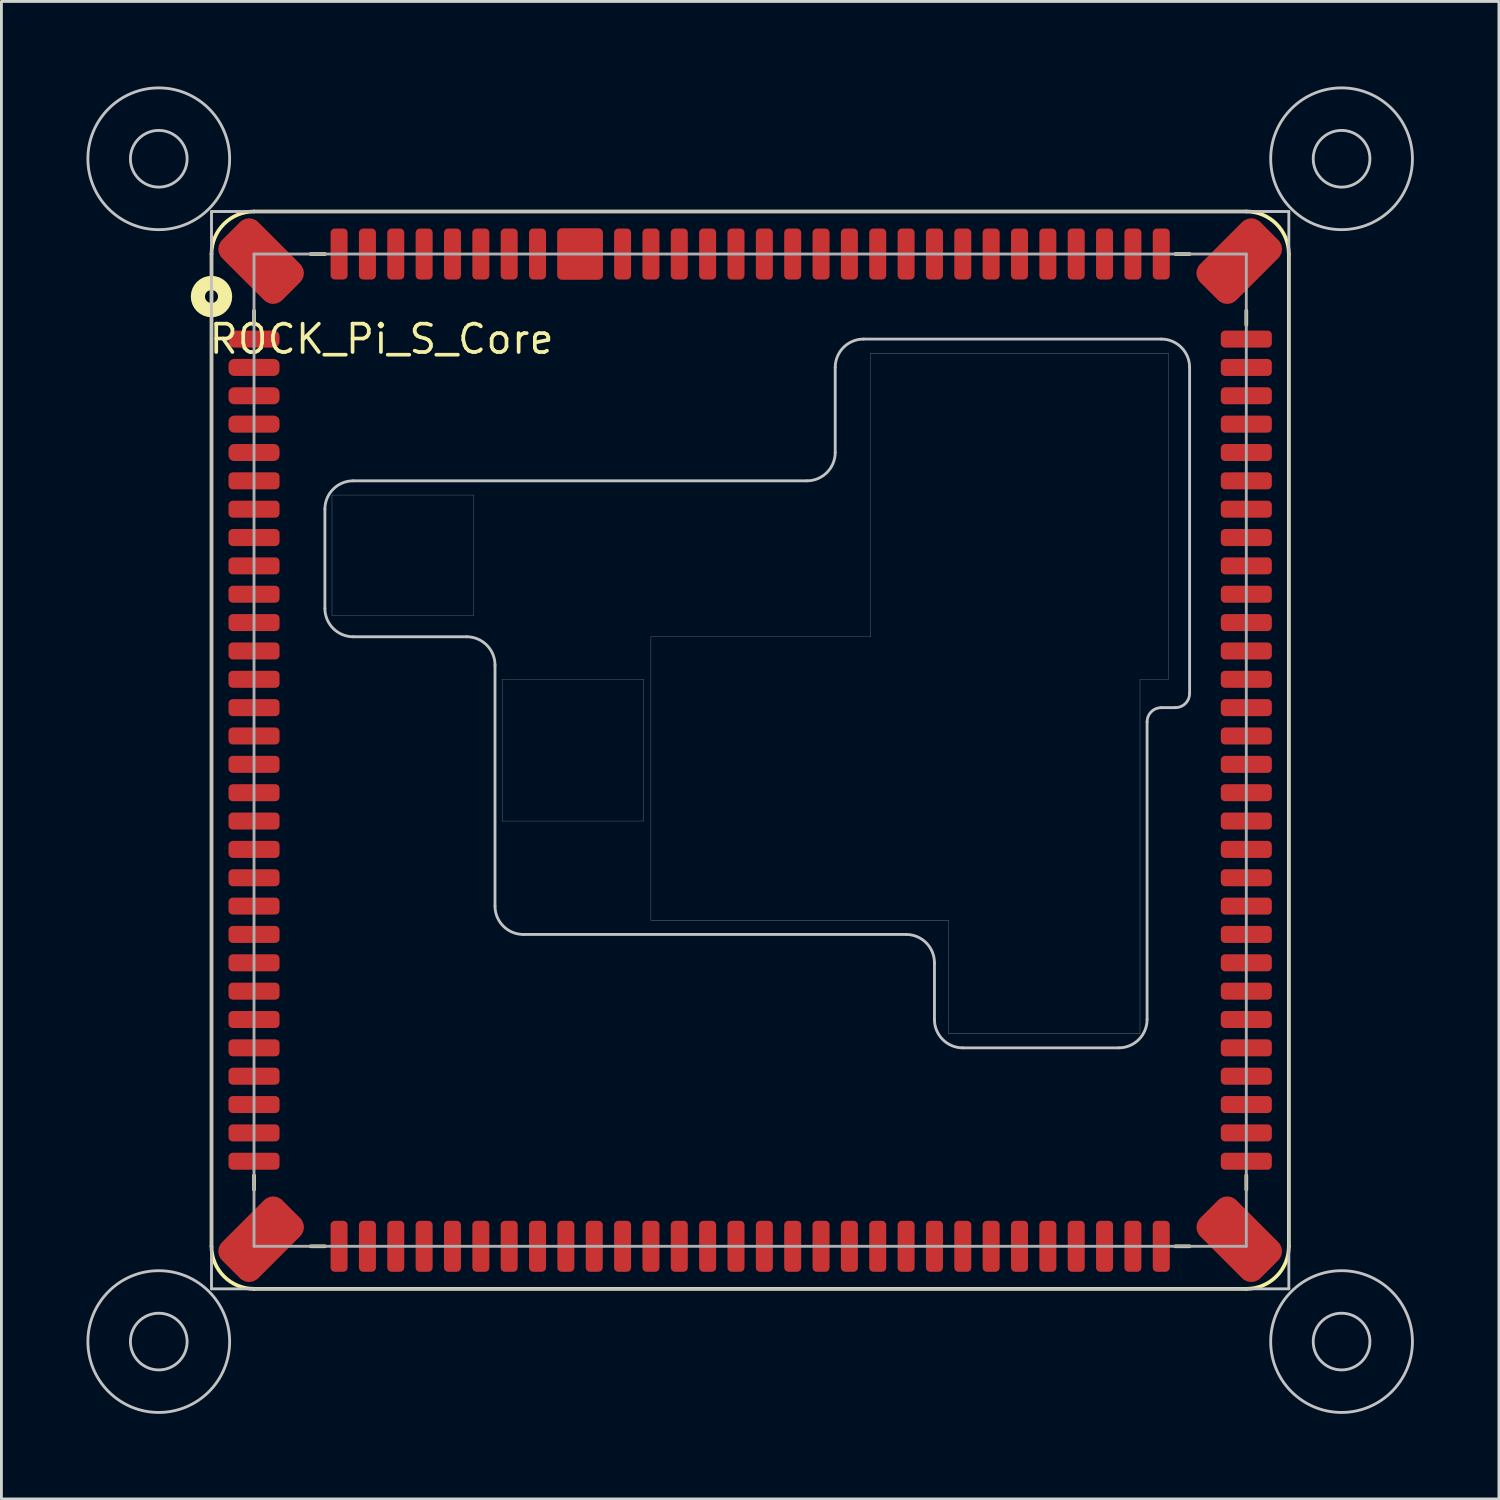
<source format=kicad_pcb>
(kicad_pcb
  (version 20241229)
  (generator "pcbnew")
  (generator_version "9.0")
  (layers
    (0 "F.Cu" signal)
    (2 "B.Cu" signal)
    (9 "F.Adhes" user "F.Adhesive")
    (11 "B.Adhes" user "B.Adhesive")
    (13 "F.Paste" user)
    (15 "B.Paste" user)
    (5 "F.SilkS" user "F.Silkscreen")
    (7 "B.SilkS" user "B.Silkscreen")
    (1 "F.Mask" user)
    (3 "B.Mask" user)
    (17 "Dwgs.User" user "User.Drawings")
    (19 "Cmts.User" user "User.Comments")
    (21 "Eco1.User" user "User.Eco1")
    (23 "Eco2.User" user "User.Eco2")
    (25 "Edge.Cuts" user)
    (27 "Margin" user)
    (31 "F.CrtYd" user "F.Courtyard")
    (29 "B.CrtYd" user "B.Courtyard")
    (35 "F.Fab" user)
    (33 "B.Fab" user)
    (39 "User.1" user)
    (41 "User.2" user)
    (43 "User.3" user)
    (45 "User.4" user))
  (footprint "ROCK_Pi_S_Core"
    (layer "F.Cu")
    (at 23.41 23.41)
    (property "Reference" "ROCK_Pi_S_Core" (at -13 -14.5 0) (layer "F.SilkS") (effects (font (size 1 1) (thickness 0.13))))
    (attr smd)
    (fp_line (start -19 -17.5) (end -19 17.5) (stroke (width 0.13) (type solid)) (layer "F.SilkS"))
    (fp_line (start -17.5 -15.5) (end -17.5 -15) (stroke (width 0.13) (type solid)) (layer "F.SilkS"))
    (fp_line (start -17.5 15) (end -17.5 15.5) (stroke (width 0.13) (type solid)) (layer "F.SilkS"))
    (fp_line (start -17.5 19) (end 17.5 19) (stroke (width 0.13) (type solid)) (layer "F.SilkS"))
    (fp_line (start -15.5 17.5) (end -15 17.5) (stroke (width 0.13) (type solid)) (layer "F.SilkS"))
    (fp_line (start -15 -17.5) (end -15.5 -17.5) (stroke (width 0.13) (type solid)) (layer "F.SilkS"))
    (fp_line (start 15.5 -17.5) (end 15 -17.5) (stroke (width 0.13) (type solid)) (layer "F.SilkS"))
    (fp_line (start 15.5 17.5) (end 15 17.5) (stroke (width 0.13) (type solid)) (layer "F.SilkS"))
    (fp_line (start 17.5 -19) (end -17.5 -19) (stroke (width 0.13) (type solid)) (layer "F.SilkS"))
    (fp_line (start 17.5 -15) (end 17.5 -15.5) (stroke (width 0.13) (type solid)) (layer "F.SilkS"))
    (fp_line (start 17.5 15) (end 17.5 15.5) (stroke (width 0.13) (type solid)) (layer "F.SilkS"))
    (fp_line (start 19 -17.5) (end 19 17.5) (stroke (width 0.13) (type solid)) (layer "F.SilkS"))
    (fp_arc (start -19 -17.5) (mid -18.56066 -18.56066) (end -17.5 -19) (stroke (width 0.13) (type solid)) (layer "F.SilkS"))
    (fp_arc (start -17.5 19) (mid -18.56066 18.56066) (end -19 17.5) (stroke (width 0.13) (type solid)) (layer "F.SilkS"))
    (fp_arc (start 17.5 -19) (mid 18.56066 -18.56066) (end 19 -17.5) (stroke (width 0.13) (type solid)) (layer "F.SilkS"))
    (fp_arc (start 19 17.5) (mid 18.56066 18.56066) (end 17.5 19) (stroke (width 0.13) (type solid)) (layer "F.SilkS"))
    (fp_circle (center -19 -16) (end -18.77 -16) (stroke (width 0.5) (type solid)) (fill no) (layer "F.SilkS"))
    (fp_line (start -19 -19) (end 19 -19) (stroke (width 0.1) (type solid)) (layer "Dwgs.User"))
    (fp_line (start -19 19) (end -19 -19) (stroke (width 0.1) (type solid)) (layer "Dwgs.User"))
    (fp_line (start -15 -5) (end -15 -8.5) (stroke (width 0.1) (type solid)) (layer "Dwgs.User"))
    (fp_line (start -14.75 -9) (end -14.75 -4.75) (stroke (width 0.008) (type solid)) (layer "Dwgs.User"))
    (fp_line (start -10 -4) (end -14 -4) (stroke (width 0.1) (type solid)) (layer "Dwgs.User"))
    (fp_line (start -9.75 -9) (end -9.75 -4.75) (stroke (width 0.008) (type solid)) (layer "Dwgs.User"))
    (fp_line (start -9.75 -8.999) (end -14.75 -8.999) (stroke (width 0.008) (type solid)) (layer "Dwgs.User"))
    (fp_line (start -9.75 -4.75) (end -14.75 -4.75) (stroke (width 0.008) (type solid)) (layer "Dwgs.User"))
    (fp_line (start -9 -3) (end -9 5.5) (stroke (width 0.1) (type solid)) (layer "Dwgs.User"))
    (fp_line (start -8.75 -2.5) (end -8.75 2.5) (stroke (width 0.008) (type solid)) (layer "Dwgs.User"))
    (fp_line (start -3.75 -2.5) (end -8.75 -2.5) (stroke (width 0.008) (type solid)) (layer "Dwgs.User"))
    (fp_line (start -3.75 -2.5) (end -3.75 2.5) (stroke (width 0.008) (type solid)) (layer "Dwgs.User"))
    (fp_line (start -3.75 2.5) (end -8.75 2.5) (stroke (width 0.008) (type solid)) (layer "Dwgs.User"))
    (fp_line (start -3.5 -4) (end -3.5 6) (stroke (width 0.008) (type solid)) (layer "Dwgs.User"))
    (fp_line (start 2 -9.5) (end -14 -9.5) (stroke (width 0.1) (type solid)) (layer "Dwgs.User"))
    (fp_line (start 3 -10.5) (end 3 -13.5) (stroke (width 0.1) (type solid)) (layer "Dwgs.User"))
    (fp_line (start 4 -14.5) (end 14.5 -14.5) (stroke (width 0.1) (type solid)) (layer "Dwgs.User"))
    (fp_line (start 4.25 -14) (end 4.25 -4) (stroke (width 0.008) (type solid)) (layer "Dwgs.User"))
    (fp_line (start 4.25 -4) (end -3.5 -4) (stroke (width 0.008) (type solid)) (layer "Dwgs.User"))
    (fp_line (start 5.5 6.5) (end -8 6.5) (stroke (width 0.1) (type solid)) (layer "Dwgs.User"))
    (fp_line (start 6.5 7.5) (end 6.5 9.5) (stroke (width 0.1) (type solid)) (layer "Dwgs.User"))
    (fp_line (start 7 6) (end -3.5 6) (stroke (width 0.008) (type solid)) (layer "Dwgs.User"))
    (fp_line (start 7 6) (end 7 10) (stroke (width 0.008) (type solid)) (layer "Dwgs.User"))
    (fp_line (start 7.5 10.5) (end 13 10.5) (stroke (width 0.1) (type solid)) (layer "Dwgs.User"))
    (fp_line (start 13.75 -2.5) (end 13.75 10) (stroke (width 0.008) (type solid)) (layer "Dwgs.User"))
    (fp_line (start 13.75 10) (end 6.995 10) (stroke (width 0.008) (type solid)) (layer "Dwgs.User"))
    (fp_line (start 14 -1) (end 14 9.5) (stroke (width 0.1) (type solid)) (layer "Dwgs.User"))
    (fp_line (start 14.75 -14) (end 4.25 -14) (stroke (width 0.008) (type solid)) (layer "Dwgs.User"))
    (fp_line (start 14.75 -14) (end 14.75 -2.5) (stroke (width 0.008) (type solid)) (layer "Dwgs.User"))
    (fp_line (start 14.75 -2.5) (end 13.75 -2.5) (stroke (width 0.008) (type solid)) (layer "Dwgs.User"))
    (fp_line (start 15 -1.5) (end 14.5 -1.5) (stroke (width 0.1) (type solid)) (layer "Dwgs.User"))
    (fp_line (start 15.5 -13.5) (end 15.5 -2) (stroke (width 0.1) (type solid)) (layer "Dwgs.User"))
    (fp_line (start 19 -19) (end 19 19) (stroke (width 0.1) (type solid)) (layer "Dwgs.User"))
    (fp_line (start 19 19) (end -19 19) (stroke (width 0.1) (type solid)) (layer "Dwgs.User"))
    (fp_arc (start -15 -8.5) (mid -14.707107 -9.207107) (end -14 -9.5) (stroke (width 0.1) (type solid)) (layer "Dwgs.User"))
    (fp_arc (start -14 -4) (mid -14.707107 -4.292893) (end -15 -5) (stroke (width 0.1) (type solid)) (layer "Dwgs.User"))
    (fp_arc (start -10 -4) (mid -9.292893 -3.707107) (end -9 -3) (stroke (width 0.1) (type solid)) (layer "Dwgs.User"))
    (fp_arc (start -8 6.5) (mid -8.707107 6.207107) (end -9 5.5) (stroke (width 0.1) (type solid)) (layer "Dwgs.User"))
    (fp_arc (start 3 -13.5) (mid 3.292893 -14.207107) (end 4 -14.5) (stroke (width 0.1) (type solid)) (layer "Dwgs.User"))
    (fp_arc (start 3 -10.5) (mid 2.707107 -9.792893) (end 2 -9.5) (stroke (width 0.1) (type solid)) (layer "Dwgs.User"))
    (fp_arc (start 5.5 6.5) (mid 6.207107 6.792893) (end 6.5 7.5) (stroke (width 0.1) (type solid)) (layer "Dwgs.User"))
    (fp_arc (start 7.5 10.5) (mid 6.792893 10.207107) (end 6.5 9.5) (stroke (width 0.1) (type solid)) (layer "Dwgs.User"))
    (fp_arc (start 14 -1) (mid 14.146447 -1.353553) (end 14.5 -1.5) (stroke (width 0.1) (type solid)) (layer "Dwgs.User"))
    (fp_arc (start 14 9.5) (mid 13.707107 10.207107) (end 13 10.5) (stroke (width 0.1) (type solid)) (layer "Dwgs.User"))
    (fp_arc (start 14.5 -14.5) (mid 15.207107 -14.207107) (end 15.5 -13.5) (stroke (width 0.1) (type solid)) (layer "Dwgs.User"))
    (fp_arc (start 15.5 -2) (mid 15.353553 -1.646447) (end 15 -1.5) (stroke (width 0.1) (type solid)) (layer "Dwgs.User"))
    (fp_circle (center -20.86 -20.86) (end -19.86 -20.86) (stroke (width 0.1) (type solid)) (fill no) (layer "Dwgs.User"))
    (fp_circle (center -20.86 -20.86) (end -18.36 -20.86) (stroke (width 0.1) (type solid)) (fill no) (layer "Dwgs.User"))
    (fp_circle (center -20.86 20.86) (end -19.86 20.86) (stroke (width 0.1) (type solid)) (fill no) (layer "Dwgs.User"))
    (fp_circle (center -20.86 20.86) (end -18.36 20.86) (stroke (width 0.1) (type solid)) (fill no) (layer "Dwgs.User"))
    (fp_circle (center 20.86 -20.86) (end 21.86 -20.86) (stroke (width 0.1) (type solid)) (fill no) (layer "Dwgs.User"))
    (fp_circle (center 20.86 -20.86) (end 23.36 -20.86) (stroke (width 0.1) (type solid)) (fill no) (layer "Dwgs.User"))
    (fp_circle (center 20.86 20.86) (end 21.86 20.86) (stroke (width 0.1) (type solid)) (fill no) (layer "Dwgs.User"))
    (fp_circle (center 20.86 20.86) (end 23.36 20.86) (stroke (width 0.1) (type solid)) (fill no) (layer "Dwgs.User"))
    (fp_line (start -19 -19) (end -19 19) (stroke (width 0.05) (type solid)) (layer "F.CrtYd"))
    (fp_line (start -19 19) (end 19 19) (stroke (width 0.05) (type solid)) (layer "F.CrtYd"))
    (fp_line (start 19 -19) (end -19 -19) (stroke (width 0.05) (type solid)) (layer "F.CrtYd"))
    (fp_line (start 19 19) (end 19 -19) (stroke (width 0.05) (type solid)) (layer "F.CrtYd"))
    (fp_line (start -17.5 -17.5) (end 17.5 -17.5) (stroke (width 0.1) (type solid)) (layer "F.Fab"))
    (fp_line (start -17.5 17.5) (end -17.5 -17.5) (stroke (width 0.1) (type solid)) (layer "F.Fab"))
    (fp_line (start 17.5 -17.5) (end 17.5 17.5) (stroke (width 0.1) (type solid)) (layer "F.Fab"))
    (fp_line (start 17.5 17.5) (end -17.5 17.5) (stroke (width 0.1) (type solid)) (layer "F.Fab"))
    (pad "1" smd roundrect (at -17.5 -14.5) (size 1.8 0.6) (layers "F.Cu" "F.Mask" "F.Paste") (roundrect_rratio 0.333))
    (pad "2" smd roundrect (at -17.5 -13.5) (size 1.8 0.6) (layers "F.Cu" "F.Mask" "F.Paste") (roundrect_rratio 0.333))
    (pad "3" smd roundrect (at -17.5 -12.5) (size 1.8 0.6) (layers "F.Cu" "F.Mask" "F.Paste") (roundrect_rratio 0.333))
    (pad "4" smd roundrect (at -17.5 -11.5) (size 1.8 0.6) (layers "F.Cu" "F.Mask" "F.Paste") (roundrect_rratio 0.333))
    (pad "5" smd roundrect (at -17.5 -10.5) (size 1.8 0.6) (layers "F.Cu" "F.Mask" "F.Paste") (roundrect_rratio 0.333))
    (pad "6" smd roundrect (at -17.5 -9.5) (size 1.8 0.6) (layers "F.Cu" "F.Mask" "F.Paste") (roundrect_rratio 0.25))
    (pad "7" smd roundrect (at -17.5 -8.5) (size 1.8 0.6) (layers "F.Cu" "F.Mask" "F.Paste") (roundrect_rratio 0.25))
    (pad "8" smd roundrect (at -17.5 -7.5) (size 1.8 0.6) (layers "F.Cu" "F.Mask" "F.Paste") (roundrect_rratio 0.25))
    (pad "9" smd roundrect (at -17.5 -6.5) (size 1.8 0.6) (layers "F.Cu" "F.Mask" "F.Paste") (roundrect_rratio 0.25))
    (pad "10" smd roundrect (at -17.5 -5.5) (size 1.8 0.6) (layers "F.Cu" "F.Mask" "F.Paste") (roundrect_rratio 0.25))
    (pad "11" smd roundrect (at -17.5 -4.5) (size 1.8 0.6) (layers "F.Cu" "F.Mask" "F.Paste") (roundrect_rratio 0.25))
    (pad "12" smd roundrect (at -17.5 -3.5) (size 1.8 0.6) (layers "F.Cu" "F.Mask" "F.Paste") (roundrect_rratio 0.25))
    (pad "13" smd roundrect (at -17.5 -2.5) (size 1.8 0.6) (layers "F.Cu" "F.Mask" "F.Paste") (roundrect_rratio 0.25))
    (pad "14" smd roundrect (at -17.5 -1.5) (size 1.8 0.6) (layers "F.Cu" "F.Mask" "F.Paste") (roundrect_rratio 0.25))
    (pad "15" smd roundrect (at -17.5 -0.5) (size 1.8 0.6) (layers "F.Cu" "F.Mask" "F.Paste") (roundrect_rratio 0.25))
    (pad "16" smd roundrect (at -17.5 0.5) (size 1.8 0.6) (layers "F.Cu" "F.Mask" "F.Paste") (roundrect_rratio 0.25))
    (pad "17" smd roundrect (at -17.5 1.5) (size 1.8 0.6) (layers "F.Cu" "F.Mask" "F.Paste") (roundrect_rratio 0.25))
    (pad "18" smd roundrect (at -17.5 2.5) (size 1.8 0.6) (layers "F.Cu" "F.Mask" "F.Paste") (roundrect_rratio 0.25))
    (pad "19" smd roundrect (at -17.5 3.5) (size 1.8 0.6) (layers "F.Cu" "F.Mask" "F.Paste") (roundrect_rratio 0.25))
    (pad "20" smd roundrect (at -17.5 4.5) (size 1.8 0.6) (layers "F.Cu" "F.Mask" "F.Paste") (roundrect_rratio 0.25))
    (pad "21" smd roundrect (at -17.5 5.5) (size 1.8 0.6) (layers "F.Cu" "F.Mask" "F.Paste") (roundrect_rratio 0.25))
    (pad "22" smd roundrect (at -17.5 6.5) (size 1.8 0.6) (layers "F.Cu" "F.Mask" "F.Paste") (roundrect_rratio 0.25))
    (pad "23" smd roundrect (at -17.5 7.5) (size 1.8 0.6) (layers "F.Cu" "F.Mask" "F.Paste") (roundrect_rratio 0.25))
    (pad "24" smd roundrect (at -17.5 8.5) (size 1.8 0.6) (layers "F.Cu" "F.Mask" "F.Paste") (roundrect_rratio 0.25))
    (pad "25" smd roundrect (at -17.5 9.5) (size 1.8 0.6) (layers "F.Cu" "F.Mask" "F.Paste") (roundrect_rratio 0.25))
    (pad "26" smd roundrect (at -17.5 10.5) (size 1.8 0.6) (layers "F.Cu" "F.Mask" "F.Paste") (roundrect_rratio 0.25))
    (pad "27" smd roundrect (at -17.5 11.5) (size 1.8 0.6) (layers "F.Cu" "F.Mask" "F.Paste") (roundrect_rratio 0.25))
    (pad "28" smd roundrect (at -17.5 12.5) (size 1.8 0.6) (layers "F.Cu" "F.Mask" "F.Paste") (roundrect_rratio 0.25))
    (pad "29" smd roundrect (at -17.5 13.5) (size 1.8 0.6) (layers "F.Cu" "F.Mask" "F.Paste") (roundrect_rratio 0.25))
    (pad "30" smd roundrect (at -17.5 14.5) (size 1.8 0.6) (layers "F.Cu" "F.Mask" "F.Paste") (roundrect_rratio 0.25))
    (pad "31" smd roundrect (at -14.5 17.5 90) (size 1.8 0.6) (layers "F.Cu" "F.Mask" "F.Paste") (roundrect_rratio 0.25))
    (pad "32" smd roundrect (at -13.5 17.5 90) (size 1.8 0.6) (layers "F.Cu" "F.Mask" "F.Paste") (roundrect_rratio 0.25))
    (pad "33" smd roundrect (at -12.5 17.5 90) (size 1.8 0.6) (layers "F.Cu" "F.Mask" "F.Paste") (roundrect_rratio 0.25))
    (pad "34" smd roundrect (at -11.5 17.5 90) (size 1.8 0.6) (layers "F.Cu" "F.Mask" "F.Paste") (roundrect_rratio 0.25))
    (pad "35" smd roundrect (at -10.5 17.5 90) (size 1.8 0.6) (layers "F.Cu" "F.Mask" "F.Paste") (roundrect_rratio 0.25))
    (pad "36" smd roundrect (at -9.5 17.5 90) (size 1.8 0.6) (layers "F.Cu" "F.Mask" "F.Paste") (roundrect_rratio 0.25))
    (pad "37" smd roundrect (at -8.5 17.5 90) (size 1.8 0.6) (layers "F.Cu" "F.Mask" "F.Paste") (roundrect_rratio 0.25))
    (pad "38" smd roundrect (at -7.5 17.5 90) (size 1.8 0.6) (layers "F.Cu" "F.Mask" "F.Paste") (roundrect_rratio 0.25))
    (pad "39" smd roundrect (at -6.5 17.5 90) (size 1.8 0.6) (layers "F.Cu" "F.Mask" "F.Paste") (roundrect_rratio 0.25))
    (pad "40" smd roundrect (at -5.5 17.5 90) (size 1.8 0.6) (layers "F.Cu" "F.Mask" "F.Paste") (roundrect_rratio 0.25))
    (pad "41" smd roundrect (at -4.5 17.5) (size 0.6 1.8) (layers "F.Cu" "F.Mask" "F.Paste") (roundrect_rratio 0.25))
    (pad "42" smd roundrect (at -3.5 17.5) (size 0.6 1.8) (layers "F.Cu" "F.Mask" "F.Paste") (roundrect_rratio 0.25))
    (pad "43" smd roundrect (at -2.5 17.5) (size 0.6 1.8) (layers "F.Cu" "F.Mask" "F.Paste") (roundrect_rratio 0.25))
    (pad "44" smd roundrect (at -1.5 17.5) (size 0.6 1.8) (layers "F.Cu" "F.Mask" "F.Paste") (roundrect_rratio 0.25))
    (pad "45" smd roundrect (at -0.5 17.5) (size 0.6 1.8) (layers "F.Cu" "F.Mask" "F.Paste") (roundrect_rratio 0.25))
    (pad "46" smd roundrect (at 0.5 17.5) (size 0.6 1.8) (layers "F.Cu" "F.Mask" "F.Paste") (roundrect_rratio 0.25))
    (pad "47" smd roundrect (at 1.5 17.5) (size 0.6 1.8) (layers "F.Cu" "F.Mask" "F.Paste") (roundrect_rratio 0.25))
    (pad "48" smd roundrect (at 2.5 17.5) (size 0.6 1.8) (layers "F.Cu" "F.Mask" "F.Paste") (roundrect_rratio 0.25))
    (pad "49" smd roundrect (at 3.5 17.5) (size 0.6 1.8) (layers "F.Cu" "F.Mask" "F.Paste") (roundrect_rratio 0.25))
    (pad "50" smd roundrect (at 4.5 17.5) (size 0.6 1.8) (layers "F.Cu" "F.Mask" "F.Paste") (roundrect_rratio 0.25))
    (pad "51" smd roundrect (at 5.5 17.5) (size 0.6 1.8) (layers "F.Cu" "F.Mask" "F.Paste") (roundrect_rratio 0.25))
    (pad "52" smd roundrect (at 6.5 17.5) (size 0.6 1.8) (layers "F.Cu" "F.Mask" "F.Paste") (roundrect_rratio 0.25))
    (pad "53" smd roundrect (at 7.5 17.5) (size 0.6 1.8) (layers "F.Cu" "F.Mask" "F.Paste") (roundrect_rratio 0.25))
    (pad "54" smd roundrect (at 8.5 17.5) (size 0.6 1.8) (layers "F.Cu" "F.Mask" "F.Paste") (roundrect_rratio 0.25))
    (pad "55" smd roundrect (at 9.5 17.5) (size 0.6 1.8) (layers "F.Cu" "F.Mask" "F.Paste") (roundrect_rratio 0.25))
    (pad "56" smd roundrect (at 10.5 17.5) (size 0.6 1.8) (layers "F.Cu" "F.Mask" "F.Paste") (roundrect_rratio 0.25))
    (pad "57" smd roundrect (at 11.5 17.5) (size 0.6 1.8) (layers "F.Cu" "F.Mask" "F.Paste") (roundrect_rratio 0.25))
    (pad "58" smd roundrect (at 12.5 17.5) (size 0.6 1.8) (layers "F.Cu" "F.Mask" "F.Paste") (roundrect_rratio 0.25))
    (pad "59" smd roundrect (at 13.5 17.5) (size 0.6 1.8) (layers "F.Cu" "F.Mask" "F.Paste") (roundrect_rratio 0.25))
    (pad "60" smd roundrect (at 14.5 17.5) (size 0.6 1.8) (layers "F.Cu" "F.Mask" "F.Paste") (roundrect_rratio 0.25))
    (pad "61" smd roundrect (at 17.5 14.5 90) (size 0.6 1.8) (layers "F.Cu" "F.Mask" "F.Paste") (roundrect_rratio 0.25))
    (pad "62" smd roundrect (at 17.5 13.5 90) (size 0.6 1.8) (layers "F.Cu" "F.Mask" "F.Paste") (roundrect_rratio 0.25))
    (pad "63" smd roundrect (at 17.5 12.5 90) (size 0.6 1.8) (layers "F.Cu" "F.Mask" "F.Paste") (roundrect_rratio 0.25))
    (pad "64" smd roundrect (at 17.5 11.5 90) (size 0.6 1.8) (layers "F.Cu" "F.Mask" "F.Paste") (roundrect_rratio 0.25))
    (pad "65" smd roundrect (at 17.5 10.5 90) (size 0.6 1.8) (layers "F.Cu" "F.Mask" "F.Paste") (roundrect_rratio 0.25))
    (pad "66" smd roundrect (at 17.5 9.5 90) (size 0.6 1.8) (layers "F.Cu" "F.Mask" "F.Paste") (roundrect_rratio 0.25))
    (pad "67" smd roundrect (at 17.5 8.5 90) (size 0.6 1.8) (layers "F.Cu" "F.Mask" "F.Paste") (roundrect_rratio 0.25))
    (pad "68" smd roundrect (at 17.5 7.5 90) (size 0.6 1.8) (layers "F.Cu" "F.Mask" "F.Paste") (roundrect_rratio 0.25))
    (pad "69" smd roundrect (at 17.5 6.5 90) (size 0.6 1.8) (layers "F.Cu" "F.Mask" "F.Paste") (roundrect_rratio 0.25))
    (pad "70" smd roundrect (at 17.5 5.5 90) (size 0.6 1.8) (layers "F.Cu" "F.Mask" "F.Paste") (roundrect_rratio 0.25))
    (pad "71" smd roundrect (at 17.5 4.5 90) (size 0.6 1.8) (layers "F.Cu" "F.Mask" "F.Paste") (roundrect_rratio 0.25))
    (pad "72" smd roundrect (at 17.5 3.5 90) (size 0.6 1.8) (layers "F.Cu" "F.Mask" "F.Paste") (roundrect_rratio 0.25))
    (pad "73" smd roundrect (at 17.5 2.5 90) (size 0.6 1.8) (layers "F.Cu" "F.Mask" "F.Paste") (roundrect_rratio 0.25))
    (pad "74" smd roundrect (at 17.5 1.5 90) (size 0.6 1.8) (layers "F.Cu" "F.Mask" "F.Paste") (roundrect_rratio 0.25))
    (pad "75" smd roundrect (at 17.5 0.5 90) (size 0.6 1.8) (layers "F.Cu" "F.Mask" "F.Paste") (roundrect_rratio 0.25))
    (pad "76" smd roundrect (at 17.5 -0.5 90) (size 0.6 1.8) (layers "F.Cu" "F.Mask" "F.Paste") (roundrect_rratio 0.25))
    (pad "77" smd roundrect (at 17.5 -1.5 90) (size 0.6 1.8) (layers "F.Cu" "F.Mask" "F.Paste") (roundrect_rratio 0.25))
    (pad "78" smd roundrect (at 17.5 -2.5 90) (size 0.6 1.8) (layers "F.Cu" "F.Mask" "F.Paste") (roundrect_rratio 0.25))
    (pad "79" smd roundrect (at 17.5 -3.5 90) (size 0.6 1.8) (layers "F.Cu" "F.Mask" "F.Paste") (roundrect_rratio 0.25))
    (pad "80" smd roundrect (at 17.5 -4.5 90) (size 0.6 1.8) (layers "F.Cu" "F.Mask" "F.Paste") (roundrect_rratio 0.25))
    (pad "81" smd roundrect (at 17.5 -5.5) (size 1.8 0.6) (layers "F.Cu" "F.Mask" "F.Paste") (roundrect_rratio 0.25))
    (pad "82" smd roundrect (at 17.5 -6.5) (size 1.8 0.6) (layers "F.Cu" "F.Mask" "F.Paste") (roundrect_rratio 0.25))
    (pad "83" smd roundrect (at 17.5 -7.5) (size 1.8 0.6) (layers "F.Cu" "F.Mask" "F.Paste") (roundrect_rratio 0.25))
    (pad "84" smd roundrect (at 17.5 -8.5) (size 1.8 0.6) (layers "F.Cu" "F.Mask" "F.Paste") (roundrect_rratio 0.25))
    (pad "85" smd roundrect (at 17.5 -9.5) (size 1.8 0.6) (layers "F.Cu" "F.Mask" "F.Paste") (roundrect_rratio 0.25))
    (pad "86" smd roundrect (at 17.5 -10.5) (size 1.8 0.6) (layers "F.Cu" "F.Mask" "F.Paste") (roundrect_rratio 0.25))
    (pad "87" smd roundrect (at 17.5 -11.5) (size 1.8 0.6) (layers "F.Cu" "F.Mask" "F.Paste") (roundrect_rratio 0.25))
    (pad "88" smd roundrect (at 17.5 -12.5) (size 1.8 0.6) (layers "F.Cu" "F.Mask" "F.Paste") (roundrect_rratio 0.25))
    (pad "89" smd roundrect (at 17.5 -13.5) (size 1.8 0.6) (layers "F.Cu" "F.Mask" "F.Paste") (roundrect_rratio 0.25))
    (pad "90" smd roundrect (at 17.5 -14.5) (size 1.8 0.6) (layers "F.Cu" "F.Mask" "F.Paste") (roundrect_rratio 0.25))
    (pad "91" smd roundrect (at 14.5 -17.5 90) (size 1.8 0.6) (layers "F.Cu" "F.Mask" "F.Paste") (roundrect_rratio 0.25))
    (pad "92" smd roundrect (at 13.5 -17.5 90) (size 1.8 0.6) (layers "F.Cu" "F.Mask" "F.Paste") (roundrect_rratio 0.25))
    (pad "93" smd roundrect (at 12.5 -17.5 90) (size 1.8 0.6) (layers "F.Cu" "F.Mask" "F.Paste") (roundrect_rratio 0.25))
    (pad "94" smd roundrect (at 11.5 -17.5 90) (size 1.8 0.6) (layers "F.Cu" "F.Mask" "F.Paste") (roundrect_rratio 0.25))
    (pad "95" smd roundrect (at 10.5 -17.5 90) (size 1.8 0.6) (layers "F.Cu" "F.Mask" "F.Paste") (roundrect_rratio 0.25))
    (pad "96" smd roundrect (at 9.5 -17.5 90) (size 1.8 0.6) (layers "F.Cu" "F.Mask" "F.Paste") (roundrect_rratio 0.25))
    (pad "97" smd roundrect (at 8.5 -17.5 90) (size 1.8 0.6) (layers "F.Cu" "F.Mask" "F.Paste") (roundrect_rratio 0.25))
    (pad "98" smd roundrect (at 7.5 -17.5 90) (size 1.8 0.6) (layers "F.Cu" "F.Mask" "F.Paste") (roundrect_rratio 0.25))
    (pad "99" smd roundrect (at 6.5 -17.5 90) (size 1.8 0.6) (layers "F.Cu" "F.Mask" "F.Paste") (roundrect_rratio 0.25))
    (pad "100" smd roundrect (at 5.5 -17.5 90) (size 1.8 0.6) (layers "F.Cu" "F.Mask" "F.Paste") (roundrect_rratio 0.25))
    (pad "101" smd roundrect (at 4.5 -17.5 90) (size 1.8 0.6) (layers "F.Cu" "F.Mask" "F.Paste") (roundrect_rratio 0.25))
    (pad "102" smd roundrect (at 3.5 -17.5 90) (size 1.8 0.6) (layers "F.Cu" "F.Mask" "F.Paste") (roundrect_rratio 0.25))
    (pad "103" smd roundrect (at 2.5 -17.5 90) (size 1.8 0.6) (layers "F.Cu" "F.Mask" "F.Paste") (roundrect_rratio 0.25))
    (pad "104" smd roundrect (at 1.5 -17.5 90) (size 1.8 0.6) (layers "F.Cu" "F.Mask" "F.Paste") (roundrect_rratio 0.25))
    (pad "105" smd roundrect (at 0.5 -17.5 90) (size 1.8 0.6) (layers "F.Cu" "F.Mask" "F.Paste") (roundrect_rratio 0.25))
    (pad "106" smd roundrect (at -0.5 -17.5 90) (size 1.8 0.6) (layers "F.Cu" "F.Mask" "F.Paste") (roundrect_rratio 0.25))
    (pad "107" smd roundrect (at -1.5 -17.5 90) (size 1.8 0.6) (layers "F.Cu" "F.Mask" "F.Paste") (roundrect_rratio 0.25))
    (pad "108" smd roundrect (at -2.5 -17.5 90) (size 1.8 0.6) (layers "F.Cu" "F.Mask" "F.Paste") (roundrect_rratio 0.25))
    (pad "109" smd roundrect (at -3.5 -17.5 90) (size 1.8 0.6) (layers "F.Cu" "F.Mask" "F.Paste") (roundrect_rratio 0.25))
    (pad "110" smd roundrect (at -4.5 -17.5 90) (size 1.8 0.6) (layers "F.Cu" "F.Mask" "F.Paste") (roundrect_rratio 0.25))
    (pad "111" smd roundrect (at -6 -17.5 90) (size 1.8 1.6) (layers "F.Cu" "F.Mask" "F.Paste") (roundrect_rratio 0.094))
    (pad "112" smd roundrect (at -6 -17.5 90) (size 1.8 1.6) (layers "F.Cu" "F.Mask" "F.Paste") (roundrect_rratio 0.094))
    (pad "113" smd roundrect (at -7.5 -17.5 90) (size 1.8 0.6) (layers "F.Cu" "F.Mask" "F.Paste") (roundrect_rratio 0.25))
    (pad "114" smd roundrect (at -8.5 -17.5 90) (size 1.8 0.6) (layers "F.Cu" "F.Mask" "F.Paste") (roundrect_rratio 0.25))
    (pad "115" smd roundrect (at -9.5 -17.5 90) (size 1.8 0.6) (layers "F.Cu" "F.Mask" "F.Paste") (roundrect_rratio 0.25))
    (pad "116" smd roundrect (at -10.5 -17.5 90) (size 1.8 0.6) (layers "F.Cu" "F.Mask" "F.Paste") (roundrect_rratio 0.25))
    (pad "117" smd roundrect (at -11.5 -17.5 90) (size 1.8 0.6) (layers "F.Cu" "F.Mask" "F.Paste") (roundrect_rratio 0.25))
    (pad "118" smd roundrect (at -12.5 -17.5 90) (size 1.8 0.6) (layers "F.Cu" "F.Mask" "F.Paste") (roundrect_rratio 0.25))
    (pad "119" smd roundrect (at -13.5 -17.5 90) (size 1.8 0.6) (layers "F.Cu" "F.Mask" "F.Paste") (roundrect_rratio 0.25))
    (pad "120" smd roundrect (at -14.5 -17.5 90) (size 1.8 0.6) (layers "F.Cu" "F.Mask" "F.Paste") (roundrect_rratio 0.25))
    (pad "GND" smd roundrect (at -17.25 -17.25 135) (size 3 1.8) (layers "F.Cu" "F.Mask" "F.Paste") (roundrect_rratio 0.25))
    (pad "GND" smd roundrect (at -17.25 17.25 45) (size 3 1.8) (layers "F.Cu" "F.Mask" "F.Paste") (roundrect_rratio 0.25))
    (pad "GND" smd roundrect (at 17.25 -17.25 45) (size 3 1.8) (layers "F.Cu" "F.Mask" "F.Paste") (roundrect_rratio 0.25))
    (pad "GND" smd roundrect (at 17.25 17.25 135) (size 3 1.8) (layers "F.Cu" "F.Mask" "F.Paste") (roundrect_rratio 0.25)))
  (gr_rect
    (start -3 -3)
    (end 49.82 49.82)
    (stroke (width 0.1) (type default))
    (fill no)
    (layer "Edge.Cuts")))
</source>
